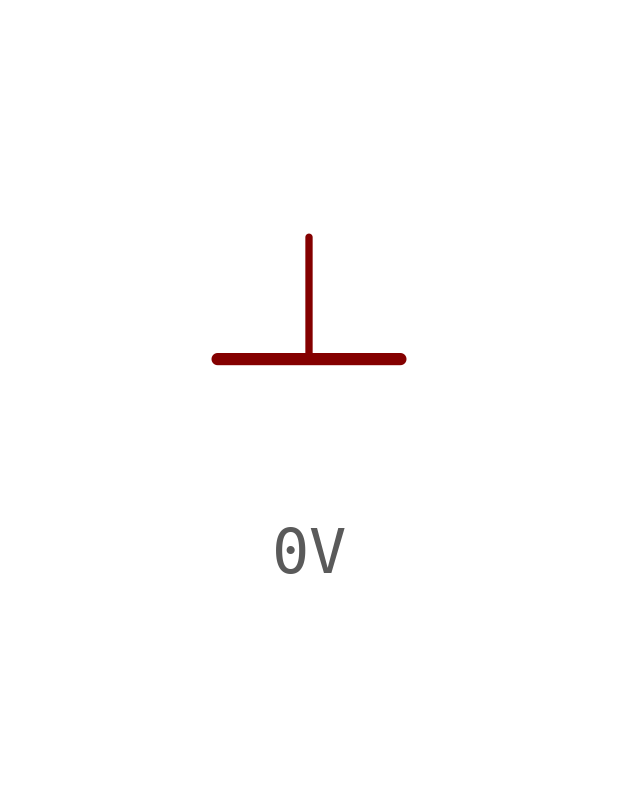
<source format=kicad_sym>
(kicad_symbol_lib
  (version 20231120)
  (generator "kicad_symbol_editor")
  (generator_version "8.0")
  (symbol "0V"
    (power)
    (property "Reference" "#GND"
      (at 0 0 0)
      (effects (font (size 1.27 1.27)) (hide yes)))
    (property "Value" ""
      (at -1.905 -2.54 0)
      (effects (font (size 1.778 1.511)) (justify left bottom)))
    (property "ki_locked" ""
      (at 0 0 0)
      (effects (font (size 1.27 1.27))))
    (symbol "0V_1_0"
      (polyline (pts (xy -1.905 0) (xy 1.905 0)) (stroke (width 0.254) (type solid)) (fill (type none)))
      (pin power_in line (at 0 2.54 270) (length 2.54) (name "0V" (effects (font (size 0 0)))) (number "1" (effects (font (size 0 0))))))))
</source>
